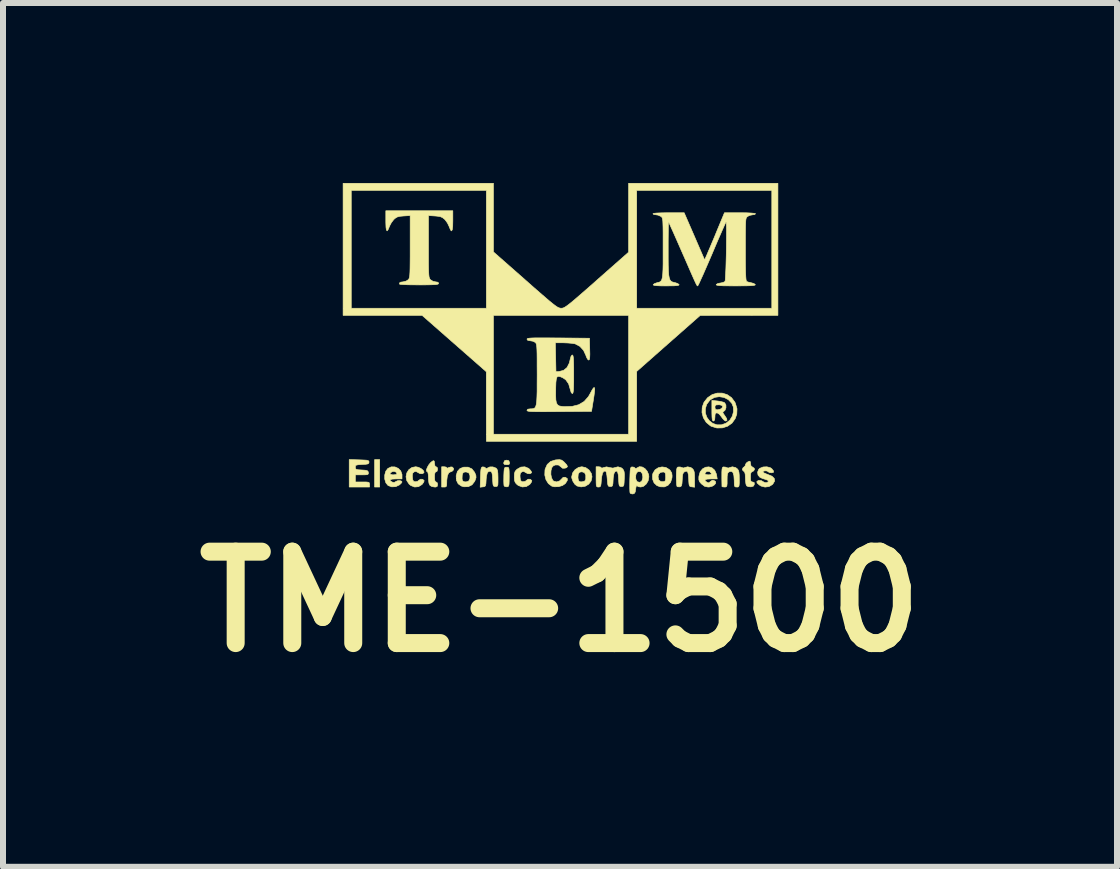
<source format=kicad_pcb>
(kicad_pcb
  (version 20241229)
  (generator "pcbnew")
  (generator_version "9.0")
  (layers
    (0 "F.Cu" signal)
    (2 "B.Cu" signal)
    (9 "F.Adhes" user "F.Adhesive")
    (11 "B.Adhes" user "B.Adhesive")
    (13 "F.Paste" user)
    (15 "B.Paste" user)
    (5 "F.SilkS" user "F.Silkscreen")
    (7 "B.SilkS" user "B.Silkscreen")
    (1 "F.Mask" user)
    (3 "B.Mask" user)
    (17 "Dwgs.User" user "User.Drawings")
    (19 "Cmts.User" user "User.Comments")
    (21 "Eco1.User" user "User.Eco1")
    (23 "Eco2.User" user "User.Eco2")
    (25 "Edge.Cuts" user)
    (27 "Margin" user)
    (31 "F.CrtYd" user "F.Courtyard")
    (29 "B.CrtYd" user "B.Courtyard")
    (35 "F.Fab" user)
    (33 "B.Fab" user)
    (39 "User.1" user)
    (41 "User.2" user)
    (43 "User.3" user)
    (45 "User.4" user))
  (footprint "TME-1500"
    (layer "F.Cu")
    (at 6.31 2.63)
    (property "Reference" "TME-1500" (at -0.025 4.35 0) (layer "F.SilkS") (effects (font (size 1.524 1.524) (thickness 0.3))))
    (attr through_hole)
    (fp_poly (pts (xy -3.031 2.438) (xy -3.116 2.438) (xy -3.116 1.981) (xy -3.031 1.981) (xy -3.031 2.438)) (stroke (width 0.01) (type solid)) (fill yes) (layer "F.SilkS"))
    (fp_poly (pts (xy -0.88 1.999) (xy -0.867 2.028) (xy -0.868 2.054) (xy -0.888 2.065) (xy -0.914 2.066) (xy -0.951 2.062) (xy -0.963 2.047) (xy -0.962 2.028) (xy -0.948 1.998) (xy -0.914 1.99) (xy -0.88 1.999)) (stroke (width 0.01) (type solid)) (fill yes) (layer "F.SilkS"))
    (fp_poly (pts (xy -1.924 2.106) (xy -1.913 2.117) (xy -1.902 2.124) (xy -1.882 2.114) (xy -1.844 2.103) (xy -1.821 2.105) (xy -1.8 2.127) (xy -1.802 2.154) (xy -1.826 2.177) (xy -1.843 2.181) (xy -1.88 2.202) (xy -1.903 2.251) (xy -1.913 2.33) (xy -1.913 2.355) (xy -1.915 2.405) (xy -1.922 2.429) (xy -1.939 2.438) (xy -1.956 2.438) (xy -1.998 2.438) (xy -1.998 2.1) (xy -1.956 2.1) (xy -1.924 2.106)) (stroke (width 0.01) (type solid)) (fill yes) (layer "F.SilkS"))
    (fp_poly (pts (xy -0.895 2.109) (xy -0.882 2.117) (xy -0.876 2.137) (xy -0.873 2.177) (xy -0.872 2.242) (xy -0.872 2.269) (xy -0.873 2.344) (xy -0.875 2.391) (xy -0.881 2.418) (xy -0.891 2.43) (xy -0.908 2.435) (xy -0.91 2.435) (xy -0.944 2.43) (xy -0.958 2.417) (xy -0.961 2.39) (xy -0.963 2.339) (xy -0.962 2.273) (xy -0.962 2.251) (xy -0.959 2.181) (xy -0.955 2.139) (xy -0.947 2.117) (xy -0.934 2.109) (xy -0.914 2.108) (xy -0.895 2.109)) (stroke (width 0.01) (type solid)) (fill yes) (layer "F.SilkS"))
    (fp_poly (pts (xy -2.12 2.013) (xy -2.117 2.048) (xy -2.117 2.049) (xy -2.109 2.089) (xy -2.091 2.1) (xy -2.071 2.114) (xy -2.066 2.142) (xy -2.075 2.176) (xy -2.091 2.184) (xy -2.107 2.193) (xy -2.115 2.225) (xy -2.117 2.269) (xy -2.114 2.322) (xy -2.105 2.348) (xy -2.091 2.354) (xy -2.071 2.368) (xy -2.066 2.396) (xy -2.072 2.427) (xy -2.095 2.438) (xy -2.115 2.438) (xy -2.161 2.43) (xy -2.192 2.412) (xy -2.21 2.375) (xy -2.218 2.31) (xy -2.218 2.285) (xy -2.221 2.231) (xy -2.228 2.195) (xy -2.235 2.184) (xy -2.252 2.173) (xy -2.25 2.144) (xy -2.234 2.105) (xy -2.209 2.063) (xy -2.178 2.027) (xy -2.147 2.004) (xy -2.129 1.999) (xy -2.12 2.013)) (stroke (width 0.01) (type solid)) (fill yes) (layer "F.SilkS"))
    (fp_poly (pts (xy 0.404 2.115) (xy 0.459 2.155) (xy 0.497 2.212) (xy 0.508 2.267) (xy 0.493 2.337) (xy 0.453 2.39) (xy 0.395 2.425) (xy 0.326 2.436) (xy 0.259 2.421) (xy 0.222 2.392) (xy 0.19 2.343) (xy 0.171 2.289) (xy 0.17 2.277) (xy 0.274 2.277) (xy 0.278 2.312) (xy 0.291 2.342) (xy 0.317 2.352) (xy 0.343 2.351) (xy 0.384 2.341) (xy 0.401 2.316) (xy 0.404 2.305) (xy 0.404 2.239) (xy 0.383 2.199) (xy 0.341 2.184) (xy 0.339 2.184) (xy 0.3 2.191) (xy 0.281 2.218) (xy 0.278 2.227) (xy 0.274 2.277) (xy 0.17 2.277) (xy 0.169 2.269) (xy 0.185 2.203) (xy 0.226 2.148) (xy 0.284 2.111) (xy 0.339 2.1) (xy 0.404 2.115)) (stroke (width 0.01) (type solid)) (fill yes) (layer "F.SilkS"))
    (fp_poly (pts (xy 1.74 2.112) (xy 1.797 2.147) (xy 1.813 2.164) (xy 1.837 2.204) (xy 1.843 2.25) (xy 1.841 2.285) (xy 1.818 2.359) (xy 1.774 2.41) (xy 1.714 2.436) (xy 1.643 2.434) (xy 1.589 2.413) (xy 1.543 2.37) (xy 1.518 2.308) (xy 1.518 2.268) (xy 1.609 2.268) (xy 1.621 2.32) (xy 1.654 2.347) (xy 1.693 2.35) (xy 1.72 2.344) (xy 1.732 2.325) (xy 1.736 2.286) (xy 1.736 2.269) (xy 1.733 2.221) (xy 1.724 2.197) (xy 1.702 2.188) (xy 1.697 2.187) (xy 1.647 2.194) (xy 1.617 2.227) (xy 1.609 2.268) (xy 1.518 2.268) (xy 1.517 2.238) (xy 1.524 2.209) (xy 1.559 2.152) (xy 1.612 2.117) (xy 1.675 2.103) (xy 1.74 2.112)) (stroke (width 0.01) (type solid)) (fill yes) (layer "F.SilkS"))
    (fp_poly (pts (xy -2.386 2.109) (xy -2.342 2.13) (xy -2.307 2.159) (xy -2.292 2.188) (xy -2.295 2.201) (xy -2.321 2.217) (xy -2.36 2.214) (xy -2.396 2.195) (xy -2.398 2.193) (xy -2.428 2.177) (xy -2.457 2.186) (xy -2.479 2.205) (xy -2.487 2.239) (xy -2.486 2.274) (xy -2.479 2.321) (xy -2.465 2.343) (xy -2.441 2.351) (xy -2.4 2.344) (xy -2.381 2.328) (xy -2.351 2.308) (xy -2.316 2.309) (xy -2.292 2.329) (xy -2.29 2.332) (xy -2.297 2.357) (xy -2.321 2.39) (xy -2.326 2.396) (xy -2.384 2.432) (xy -2.448 2.438) (xy -2.512 2.413) (xy -2.541 2.389) (xy -2.58 2.33) (xy -2.592 2.266) (xy -2.579 2.203) (xy -2.545 2.149) (xy -2.493 2.112) (xy -2.43 2.1) (xy -2.386 2.109)) (stroke (width 0.01) (type solid)) (fill yes) (layer "F.SilkS"))
    (fp_poly (pts (xy -1.557 2.107) (xy -1.494 2.136) (xy -1.45 2.191) (xy -1.449 2.193) (xy -1.428 2.242) (xy -1.425 2.28) (xy -1.439 2.323) (xy -1.449 2.345) (xy -1.492 2.401) (xy -1.554 2.432) (xy -1.626 2.434) (xy -1.671 2.421) (xy -1.723 2.384) (xy -1.752 2.325) (xy -1.754 2.296) (xy -1.658 2.296) (xy -1.653 2.329) (xy -1.653 2.33) (xy -1.63 2.349) (xy -1.592 2.353) (xy -1.555 2.342) (xy -1.544 2.333) (xy -1.527 2.297) (xy -1.526 2.249) (xy -1.542 2.209) (xy -1.548 2.202) (xy -1.584 2.188) (xy -1.612 2.187) (xy -1.641 2.2) (xy -1.654 2.232) (xy -1.656 2.25) (xy -1.658 2.296) (xy -1.754 2.296) (xy -1.756 2.252) (xy -1.756 2.25) (xy -1.735 2.177) (xy -1.692 2.13) (xy -1.631 2.107) (xy -1.557 2.107)) (stroke (width 0.01) (type solid)) (fill yes) (layer "F.SilkS"))
    (fp_poly (pts (xy 3.148 2.019) (xy 3.15 2.047) (xy 3.159 2.088) (xy 3.183 2.105) (xy 3.211 2.124) (xy 3.217 2.142) (xy 3.203 2.169) (xy 3.183 2.179) (xy 3.163 2.191) (xy 3.152 2.217) (xy 3.15 2.267) (xy 3.15 2.271) (xy 3.151 2.321) (xy 3.159 2.346) (xy 3.177 2.353) (xy 3.185 2.354) (xy 3.211 2.362) (xy 3.214 2.391) (xy 3.214 2.392) (xy 3.2 2.422) (xy 3.163 2.434) (xy 3.158 2.435) (xy 3.115 2.432) (xy 3.086 2.419) (xy 3.074 2.39) (xy 3.067 2.337) (xy 3.065 2.293) (xy 3.062 2.229) (xy 3.054 2.193) (xy 3.04 2.178) (xy 3.017 2.155) (xy 3.014 2.142) (xy 3.028 2.113) (xy 3.04 2.106) (xy 3.062 2.083) (xy 3.065 2.067) (xy 3.079 2.039) (xy 3.107 2.018) (xy 3.137 2.007) (xy 3.148 2.019)) (stroke (width 0.01) (type solid)) (fill yes) (layer "F.SilkS"))
    (fp_poly (pts (xy -3.374 1.985) (xy -3.298 1.988) (xy -3.25 1.991) (xy -3.223 1.998) (xy -3.211 2.008) (xy -3.209 2.024) (xy -3.213 2.042) (xy -3.229 2.053) (xy -3.264 2.059) (xy -3.323 2.062) (xy -3.384 2.066) (xy -3.418 2.072) (xy -3.433 2.083) (xy -3.437 2.102) (xy -3.437 2.108) (xy -3.435 2.131) (xy -3.422 2.143) (xy -3.391 2.15) (xy -3.335 2.154) (xy -3.332 2.154) (xy -3.273 2.158) (xy -3.24 2.165) (xy -3.225 2.178) (xy -3.22 2.197) (xy -3.22 2.217) (xy -3.23 2.229) (xy -3.258 2.234) (xy -3.311 2.235) (xy -3.326 2.235) (xy -3.437 2.235) (xy -3.437 2.354) (xy -3.319 2.354) (xy -3.257 2.354) (xy -3.222 2.358) (xy -3.205 2.367) (xy -3.201 2.385) (xy -3.2 2.396) (xy -3.2 2.438) (xy -3.539 2.438) (xy -3.539 1.98) (xy -3.374 1.985)) (stroke (width 0.01) (type solid)) (fill yes) (layer "F.SilkS"))
    (fp_poly (pts (xy -0.551 2.126) (xy -0.532 2.142) (xy -0.506 2.175) (xy -0.499 2.199) (xy -0.5 2.201) (xy -0.526 2.217) (xy -0.565 2.214) (xy -0.601 2.195) (xy -0.604 2.193) (xy -0.633 2.177) (xy -0.662 2.186) (xy -0.684 2.205) (xy -0.692 2.239) (xy -0.691 2.274) (xy -0.685 2.321) (xy -0.67 2.343) (xy -0.646 2.351) (xy -0.605 2.344) (xy -0.586 2.328) (xy -0.556 2.308) (xy -0.521 2.309) (xy -0.497 2.329) (xy -0.495 2.332) (xy -0.502 2.357) (xy -0.526 2.39) (xy -0.531 2.396) (xy -0.589 2.431) (xy -0.654 2.437) (xy -0.719 2.413) (xy -0.74 2.398) (xy -0.769 2.367) (xy -0.783 2.333) (xy -0.787 2.281) (xy -0.787 2.269) (xy -0.785 2.213) (xy -0.773 2.176) (xy -0.746 2.146) (xy -0.74 2.141) (xy -0.678 2.106) (xy -0.612 2.101) (xy -0.551 2.126)) (stroke (width 0.01) (type solid)) (fill yes) (layer "F.SilkS"))
    (fp_poly (pts (xy 0.003 1.99) (xy 0.035 2.014) (xy 0.05 2.029) (xy 0.088 2.071) (xy 0.099 2.098) (xy 0.083 2.116) (xy 0.057 2.124) (xy 0.017 2.125) (xy -0.011 2.101) (xy -0.051 2.071) (xy -0.102 2.07) (xy -0.135 2.083) (xy -0.162 2.114) (xy -0.176 2.166) (xy -0.178 2.227) (xy -0.167 2.284) (xy -0.144 2.329) (xy -0.13 2.34) (xy -0.082 2.353) (xy -0.033 2.337) (xy -0.004 2.309) (xy 0.026 2.278) (xy 0.057 2.275) (xy 0.065 2.277) (xy 0.096 2.297) (xy 0.096 2.329) (xy 0.067 2.375) (xy 0.063 2.38) (xy 0.016 2.413) (xy -0.05 2.432) (xy -0.118 2.434) (xy -0.163 2.423) (xy -0.219 2.381) (xy -0.259 2.317) (xy -0.279 2.239) (xy -0.276 2.156) (xy -0.272 2.137) (xy -0.238 2.062) (xy -0.182 2.012) (xy -0.103 1.987) (xy -0.086 1.985) (xy -0.032 1.982) (xy 0.003 1.99)) (stroke (width 0.01) (type solid)) (fill yes) (layer "F.SilkS"))
    (fp_poly (pts (xy 2.157 2.114) (xy 2.184 2.134) (xy 2.202 2.157) (xy 2.212 2.189) (xy 2.217 2.238) (xy 2.218 2.304) (xy 2.218 2.441) (xy 2.172 2.435) (xy 2.147 2.431) (xy 2.133 2.419) (xy 2.125 2.392) (xy 2.121 2.343) (xy 2.12 2.311) (xy 2.115 2.237) (xy 2.105 2.193) (xy 2.089 2.174) (xy 2.065 2.177) (xy 2.052 2.183) (xy 2.032 2.199) (xy 2.02 2.227) (xy 2.014 2.275) (xy 2.012 2.316) (xy 2.008 2.377) (xy 2.001 2.413) (xy 1.989 2.429) (xy 1.972 2.435) (xy 1.938 2.434) (xy 1.925 2.428) (xy 1.92 2.407) (xy 1.916 2.36) (xy 1.914 2.296) (xy 1.913 2.266) (xy 1.915 2.191) (xy 1.919 2.144) (xy 1.926 2.118) (xy 1.94 2.106) (xy 1.941 2.105) (xy 1.978 2.104) (xy 1.998 2.112) (xy 2.035 2.121) (xy 2.05 2.115) (xy 2.103 2.101) (xy 2.157 2.114)) (stroke (width 0.01) (type solid)) (fill yes) (layer "F.SilkS"))
    (fp_poly (pts (xy -2.777 2.103) (xy -2.722 2.127) (xy -2.68 2.17) (xy -2.659 2.229) (xy -2.659 2.243) (xy -2.659 2.303) (xy -2.76 2.303) (xy -2.824 2.306) (xy -2.856 2.317) (xy -2.856 2.334) (xy -2.826 2.354) (xy -2.792 2.364) (xy -2.762 2.347) (xy -2.732 2.333) (xy -2.695 2.331) (xy -2.666 2.341) (xy -2.659 2.354) (xy -2.671 2.373) (xy -2.7 2.401) (xy -2.703 2.403) (xy -2.764 2.432) (xy -2.831 2.435) (xy -2.891 2.413) (xy -2.892 2.412) (xy -2.928 2.368) (xy -2.947 2.306) (xy -2.947 2.237) (xy -2.938 2.207) (xy -2.857 2.207) (xy -2.855 2.225) (xy -2.822 2.234) (xy -2.802 2.235) (xy -2.763 2.231) (xy -2.744 2.222) (xy -2.743 2.22) (xy -2.757 2.191) (xy -2.79 2.177) (xy -2.827 2.184) (xy -2.857 2.207) (xy -2.938 2.207) (xy -2.929 2.174) (xy -2.895 2.129) (xy -2.838 2.102) (xy -2.777 2.103)) (stroke (width 0.01) (type solid)) (fill yes) (layer "F.SilkS"))
    (fp_poly (pts (xy -1.281 2.108) (xy -1.269 2.119) (xy -1.252 2.133) (xy -1.233 2.121) (xy -1.195 2.103) (xy -1.144 2.103) (xy -1.096 2.121) (xy -1.092 2.123) (xy -1.076 2.14) (xy -1.066 2.168) (xy -1.061 2.213) (xy -1.059 2.283) (xy -1.059 2.288) (xy -1.059 2.357) (xy -1.061 2.399) (xy -1.068 2.421) (xy -1.081 2.429) (xy -1.101 2.43) (xy -1.123 2.428) (xy -1.136 2.417) (xy -1.143 2.391) (xy -1.147 2.341) (xy -1.148 2.309) (xy -1.153 2.24) (xy -1.161 2.199) (xy -1.175 2.18) (xy -1.18 2.177) (xy -1.214 2.176) (xy -1.237 2.202) (xy -1.252 2.259) (xy -1.257 2.317) (xy -1.26 2.377) (xy -1.266 2.412) (xy -1.278 2.428) (xy -1.299 2.434) (xy -1.309 2.435) (xy -1.356 2.441) (xy -1.351 2.275) (xy -1.348 2.198) (xy -1.344 2.148) (xy -1.337 2.12) (xy -1.326 2.107) (xy -1.314 2.102) (xy -1.281 2.108)) (stroke (width 0.01) (type solid)) (fill yes) (layer "F.SilkS"))
    (fp_poly (pts (xy 2.509 2.119) (xy 2.553 2.158) (xy 2.581 2.221) (xy 2.585 2.239) (xy 2.595 2.303) (xy 2.49 2.303) (xy 2.426 2.306) (xy 2.394 2.317) (xy 2.395 2.336) (xy 2.428 2.361) (xy 2.456 2.369) (xy 2.48 2.348) (xy 2.513 2.325) (xy 2.539 2.328) (xy 2.568 2.347) (xy 2.57 2.373) (xy 2.551 2.4) (xy 2.514 2.424) (xy 2.465 2.437) (xy 2.442 2.438) (xy 2.387 2.427) (xy 2.335 2.388) (xy 2.333 2.387) (xy 2.302 2.351) (xy 2.289 2.318) (xy 2.289 2.272) (xy 2.291 2.256) (xy 2.303 2.213) (xy 2.389 2.213) (xy 2.4 2.229) (xy 2.442 2.235) (xy 2.446 2.235) (xy 2.486 2.232) (xy 2.498 2.219) (xy 2.496 2.211) (xy 2.47 2.182) (xy 2.433 2.176) (xy 2.411 2.186) (xy 2.389 2.213) (xy 2.303 2.213) (xy 2.311 2.185) (xy 2.35 2.136) (xy 2.401 2.108) (xy 2.456 2.102) (xy 2.509 2.119)) (stroke (width 0.01) (type solid)) (fill yes) (layer "F.SilkS"))
    (fp_poly (pts (xy 2.679 0.873) (xy 2.761 0.898) (xy 2.833 0.948) (xy 2.889 1.023) (xy 2.897 1.04) (xy 2.925 1.134) (xy 2.921 1.224) (xy 2.894 1.299) (xy 2.841 1.373) (xy 2.767 1.425) (xy 2.681 1.452) (xy 2.59 1.454) (xy 2.5 1.427) (xy 2.482 1.418) (xy 2.412 1.36) (xy 2.364 1.283) (xy 2.341 1.195) (xy 2.344 1.133) (xy 2.397 1.133) (xy 2.398 1.206) (xy 2.422 1.275) (xy 2.464 1.333) (xy 2.521 1.377) (xy 2.589 1.401) (xy 2.666 1.401) (xy 2.743 1.374) (xy 2.805 1.324) (xy 2.847 1.256) (xy 2.867 1.179) (xy 2.863 1.102) (xy 2.838 1.042) (xy 2.781 0.982) (xy 2.709 0.945) (xy 2.629 0.932) (xy 2.55 0.944) (xy 2.481 0.983) (xy 2.472 0.991) (xy 2.42 1.059) (xy 2.397 1.133) (xy 2.344 1.133) (xy 2.346 1.104) (xy 2.375 1.025) (xy 2.435 0.949) (xy 2.51 0.898) (xy 2.593 0.873) (xy 2.679 0.873)) (stroke (width 0.01) (type solid)) (fill yes) (layer "F.SilkS"))
    (fp_poly (pts (xy 2.902 2.114) (xy 2.929 2.134) (xy 2.947 2.157) (xy 2.957 2.189) (xy 2.962 2.238) (xy 2.963 2.303) (xy 2.963 2.37) (xy 2.96 2.41) (xy 2.953 2.431) (xy 2.939 2.438) (xy 2.921 2.438) (xy 2.898 2.436) (xy 2.885 2.425) (xy 2.88 2.397) (xy 2.879 2.344) (xy 2.879 2.332) (xy 2.873 2.248) (xy 2.857 2.195) (xy 2.83 2.175) (xy 2.797 2.183) (xy 2.777 2.197) (xy 2.766 2.22) (xy 2.761 2.26) (xy 2.76 2.32) (xy 2.76 2.382) (xy 2.756 2.417) (xy 2.746 2.434) (xy 2.729 2.438) (xy 2.718 2.438) (xy 2.685 2.435) (xy 2.674 2.43) (xy 2.674 2.41) (xy 2.673 2.365) (xy 2.672 2.302) (xy 2.672 2.265) (xy 2.672 2.19) (xy 2.675 2.142) (xy 2.681 2.116) (xy 2.693 2.105) (xy 2.699 2.103) (xy 2.736 2.107) (xy 2.749 2.114) (xy 2.781 2.122) (xy 2.795 2.116) (xy 2.848 2.101) (xy 2.902 2.114)) (stroke (width 0.01) (type solid)) (fill yes) (layer "F.SilkS"))
    (fp_poly (pts (xy 3.48 2.116) (xy 3.505 2.134) (xy 3.534 2.171) (xy 3.533 2.193) (xy 3.501 2.201) (xy 3.498 2.201) (xy 3.462 2.195) (xy 3.446 2.184) (xy 3.425 2.171) (xy 3.394 2.168) (xy 3.366 2.173) (xy 3.356 2.186) (xy 3.356 2.187) (xy 3.375 2.203) (xy 3.416 2.221) (xy 3.438 2.229) (xy 3.508 2.258) (xy 3.546 2.295) (xy 3.552 2.338) (xy 3.524 2.386) (xy 3.514 2.397) (xy 3.459 2.43) (xy 3.392 2.439) (xy 3.326 2.422) (xy 3.296 2.403) (xy 3.26 2.37) (xy 3.255 2.347) (xy 3.279 2.33) (xy 3.286 2.328) (xy 3.33 2.331) (xy 3.353 2.345) (xy 3.39 2.365) (xy 3.427 2.364) (xy 3.449 2.343) (xy 3.45 2.343) (xy 3.44 2.326) (xy 3.406 2.313) (xy 3.4 2.311) (xy 3.348 2.295) (xy 3.306 2.275) (xy 3.275 2.238) (xy 3.268 2.191) (xy 3.286 2.145) (xy 3.306 2.126) (xy 3.36 2.104) (xy 3.423 2.101) (xy 3.48 2.116)) (stroke (width 0.01) (type solid)) (fill yes) (layer "F.SilkS"))
    (fp_poly (pts (xy 2.6 1.004) (xy 2.657 1.013) (xy 2.702 1.025) (xy 2.719 1.034) (xy 2.74 1.07) (xy 2.741 1.117) (xy 2.725 1.158) (xy 2.711 1.171) (xy 2.691 1.186) (xy 2.69 1.202) (xy 2.708 1.23) (xy 2.719 1.245) (xy 2.752 1.296) (xy 2.758 1.327) (xy 2.736 1.338) (xy 2.735 1.338) (xy 2.712 1.324) (xy 2.681 1.291) (xy 2.667 1.27) (xy 2.63 1.224) (xy 2.596 1.203) (xy 2.591 1.202) (xy 2.569 1.208) (xy 2.559 1.231) (xy 2.557 1.27) (xy 2.553 1.317) (xy 2.539 1.337) (xy 2.532 1.338) (xy 2.52 1.332) (xy 2.512 1.312) (xy 2.508 1.271) (xy 2.506 1.205) (xy 2.506 1.166) (xy 2.506 1.109) (xy 2.557 1.109) (xy 2.564 1.142) (xy 2.592 1.151) (xy 2.596 1.151) (xy 2.642 1.142) (xy 2.666 1.129) (xy 2.687 1.102) (xy 2.678 1.081) (xy 2.641 1.068) (xy 2.615 1.067) (xy 2.576 1.07) (xy 2.56 1.085) (xy 2.557 1.109) (xy 2.506 1.109) (xy 2.506 0.994) (xy 2.6 1.004)) (stroke (width 0.01) (type solid)) (fill yes) (layer "F.SilkS"))
    (fp_poly (pts (xy 1.345 2.104) (xy 1.391 2.131) (xy 1.428 2.175) (xy 1.452 2.231) (xy 1.456 2.269) (xy 1.444 2.334) (xy 1.411 2.389) (xy 1.365 2.427) (xy 1.32 2.438) (xy 1.28 2.432) (xy 1.258 2.417) (xy 1.248 2.418) (xy 1.239 2.449) (xy 1.236 2.472) (xy 1.228 2.521) (xy 1.213 2.545) (xy 1.189 2.554) (xy 1.156 2.549) (xy 1.142 2.536) (xy 1.139 2.511) (xy 1.137 2.459) (xy 1.137 2.389) (xy 1.138 2.311) (xy 1.14 2.26) (xy 1.235 2.26) (xy 1.239 2.308) (xy 1.257 2.344) (xy 1.265 2.351) (xy 1.306 2.36) (xy 1.337 2.34) (xy 1.353 2.294) (xy 1.355 2.269) (xy 1.345 2.214) (xy 1.32 2.183) (xy 1.282 2.18) (xy 1.266 2.186) (xy 1.244 2.215) (xy 1.235 2.26) (xy 1.14 2.26) (xy 1.141 2.224) (xy 1.144 2.167) (xy 1.149 2.131) (xy 1.157 2.112) (xy 1.169 2.104) (xy 1.175 2.103) (xy 1.208 2.108) (xy 1.221 2.119) (xy 1.237 2.133) (xy 1.256 2.121) (xy 1.298 2.099) (xy 1.345 2.104)) (stroke (width 0.01) (type solid)) (fill yes) (layer "F.SilkS"))
    (fp_poly (pts (xy -1.135 -1.481) (xy -0.602 -1.012) (xy -0.471 -0.896) (xy -0.362 -0.801) (xy -0.274 -0.725) (xy -0.204 -0.665) (xy -0.149 -0.62) (xy -0.106 -0.587) (xy -0.074 -0.565) (xy -0.049 -0.552) (xy -0.029 -0.545) (xy -0.012 -0.542) (xy -0.005 -0.542) (xy 0.012 -0.543) (xy 0.031 -0.548) (xy 0.054 -0.559) (xy 0.083 -0.578) (xy 0.121 -0.606) (xy 0.171 -0.646) (xy 0.235 -0.7) (xy 0.316 -0.77) (xy 0.416 -0.857) (xy 0.538 -0.964) (xy 0.588 -1.009) (xy 1.118 -1.476) (xy 1.118 -2.506) (xy 1.253 -2.506) (xy 1.253 -0.542) (xy 3.505 -0.542) (xy 3.505 -2.506) (xy 1.253 -2.506) (xy 1.118 -2.506) (xy 1.118 -2.625) (xy 3.607 -2.625) (xy 3.607 -0.423) (xy 2.311 -0.422) (xy 1.782 0.044) (xy 1.253 0.511) (xy 1.253 1.676) (xy -1.253 1.676) (xy -1.254 1.096) (xy -1.254 0.516) (xy -2.324 -0.423) (xy -1.135 -0.423) (xy -1.135 1.558) (xy 1.118 1.558) (xy 1.118 -0.423) (xy -1.135 -0.423) (xy -2.324 -0.423) (xy -3.641 -0.423) (xy -3.641 -2.506) (xy -3.505 -2.506) (xy -3.505 -0.542) (xy -1.253 -0.542) (xy -1.253 -2.506) (xy -3.505 -2.506) (xy -3.641 -2.506) (xy -3.641 -2.625) (xy -1.135 -2.625) (xy -1.135 -1.481)) (stroke (width 0.01) (type solid)) (fill yes) (layer "F.SilkS"))
    (fp_poly (pts (xy 0.65 2.105) (xy 0.66 2.116) (xy 0.673 2.123) (xy 0.704 2.113) (xy 0.75 2.102) (xy 0.799 2.113) (xy 0.856 2.123) (xy 0.882 2.116) (xy 0.941 2.101) (xy 0.996 2.118) (xy 1.017 2.134) (xy 1.034 2.157) (xy 1.044 2.186) (xy 1.048 2.23) (xy 1.046 2.299) (xy 1.046 2.299) (xy 1.043 2.365) (xy 1.039 2.404) (xy 1.03 2.423) (xy 1.014 2.429) (xy 0.999 2.43) (xy 0.977 2.428) (xy 0.964 2.417) (xy 0.957 2.39) (xy 0.953 2.34) (xy 0.952 2.311) (xy 0.946 2.234) (xy 0.935 2.189) (xy 0.918 2.171) (xy 0.894 2.18) (xy 0.89 2.183) (xy 0.873 2.217) (xy 0.862 2.283) (xy 0.86 2.317) (xy 0.857 2.377) (xy 0.851 2.411) (xy 0.84 2.426) (xy 0.82 2.43) (xy 0.813 2.43) (xy 0.791 2.428) (xy 0.778 2.417) (xy 0.77 2.391) (xy 0.765 2.342) (xy 0.762 2.304) (xy 0.756 2.243) (xy 0.747 2.197) (xy 0.738 2.174) (xy 0.737 2.173) (xy 0.706 2.175) (xy 0.684 2.205) (xy 0.67 2.265) (xy 0.664 2.318) (xy 0.659 2.381) (xy 0.653 2.417) (xy 0.642 2.433) (xy 0.624 2.438) (xy 0.616 2.438) (xy 0.598 2.437) (xy 0.586 2.429) (xy 0.579 2.408) (xy 0.577 2.368) (xy 0.576 2.303) (xy 0.576 2.269) (xy 0.576 2.1) (xy 0.618 2.1) (xy 0.65 2.105)) (stroke (width 0.01) (type solid)) (fill yes) (layer "F.SilkS"))
    (fp_poly (pts (xy -1.812 -1.997) (xy -1.814 -1.908) (xy -1.821 -1.853) (xy -1.832 -1.831) (xy -1.848 -1.843) (xy -1.868 -1.889) (xy -1.875 -1.908) (xy -1.903 -1.965) (xy -1.942 -2.018) (xy -1.948 -2.024) (xy -1.983 -2.052) (xy -2.021 -2.069) (xy -2.075 -2.077) (xy -2.108 -2.08) (xy -2.218 -2.087) (xy -2.218 -1.568) (xy -2.218 -1.422) (xy -2.218 -1.306) (xy -2.217 -1.216) (xy -2.215 -1.148) (xy -2.212 -1.1) (xy -2.208 -1.066) (xy -2.202 -1.044) (xy -2.195 -1.029) (xy -2.186 -1.018) (xy -2.184 -1.016) (xy -2.142 -0.991) (xy -2.1 -0.982) (xy -2.059 -0.975) (xy -2.049 -0.957) (xy -2.053 -0.948) (xy -2.069 -0.941) (xy -2.1 -0.936) (xy -2.15 -0.934) (xy -2.225 -0.932) (xy -2.328 -0.931) (xy -2.368 -0.931) (xy -2.468 -0.932) (xy -2.557 -0.933) (xy -2.629 -0.936) (xy -2.677 -0.939) (xy -2.697 -0.942) (xy -2.698 -0.942) (xy -2.703 -0.962) (xy -2.68 -0.977) (xy -2.641 -0.982) (xy -2.592 -0.994) (xy -2.557 -1.016) (xy -2.547 -1.027) (xy -2.54 -1.041) (xy -2.534 -1.062) (xy -2.53 -1.094) (xy -2.527 -1.14) (xy -2.525 -1.205) (xy -2.524 -1.291) (xy -2.523 -1.404) (xy -2.523 -1.545) (xy -2.523 -1.568) (xy -2.523 -2.087) (xy -2.634 -2.08) (xy -2.698 -2.074) (xy -2.741 -2.062) (xy -2.774 -2.041) (xy -2.796 -2.021) (xy -2.835 -1.971) (xy -2.866 -1.913) (xy -2.869 -1.904) (xy -2.891 -1.852) (xy -2.907 -1.832) (xy -2.919 -1.846) (xy -2.926 -1.892) (xy -2.929 -1.972) (xy -2.929 -1.997) (xy -2.929 -2.167) (xy -1.812 -2.167) (xy -1.812 -1.997)) (stroke (width 0.01) (type solid)) (fill yes) (layer "F.SilkS"))
    (fp_poly (pts (xy -0.244 -0.048) (xy -0.106 -0.047) (xy -0.055 -0.047) (xy 0.466 -0.042) (xy 0.47 0.14) (xy 0.472 0.223) (xy 0.47 0.277) (xy 0.466 0.308) (xy 0.457 0.32) (xy 0.452 0.322) (xy 0.433 0.306) (xy 0.413 0.266) (xy 0.406 0.244) (xy 0.367 0.16) (xy 0.307 0.094) (xy 0.23 0.053) (xy 0.224 0.051) (xy 0.175 0.043) (xy 0.107 0.037) (xy 0.034 0.034) (xy 0.029 0.034) (xy -0.103 0.034) (xy -0.098 0.275) (xy -0.093 0.516) (xy -0.042 0.513) (xy 0.035 0.493) (xy 0.092 0.446) (xy 0.13 0.371) (xy 0.145 0.307) (xy 0.158 0.26) (xy 0.176 0.238) (xy 0.18 0.237) (xy 0.188 0.243) (xy 0.194 0.263) (xy 0.199 0.301) (xy 0.201 0.361) (xy 0.203 0.447) (xy 0.203 0.559) (xy 0.203 0.674) (xy 0.201 0.759) (xy 0.199 0.818) (xy 0.194 0.856) (xy 0.188 0.875) (xy 0.18 0.881) (xy 0.162 0.865) (xy 0.148 0.822) (xy 0.145 0.81) (xy 0.118 0.717) (xy 0.069 0.649) (xy 0.021 0.617) (xy -0.023 0.598) (xy -0.054 0.593) (xy -0.075 0.604) (xy -0.087 0.638) (xy -0.094 0.696) (xy -0.097 0.784) (xy -0.097 0.805) (xy -0.098 0.909) (xy -0.095 0.985) (xy -0.085 1.036) (xy -0.066 1.069) (xy -0.036 1.087) (xy 0.008 1.095) (xy 0.043 1.098) (xy 0.176 1.094) (xy 0.287 1.066) (xy 0.377 1.012) (xy 0.448 0.932) (xy 0.482 0.872) (xy 0.508 0.823) (xy 0.53 0.789) (xy 0.543 0.779) (xy 0.55 0.785) (xy 0.553 0.807) (xy 0.55 0.848) (xy 0.542 0.913) (xy 0.528 1.004) (xy 0.519 1.058) (xy 0.5 1.177) (xy -0.038 1.181) (xy -0.189 1.182) (xy -0.309 1.183) (xy -0.402 1.182) (xy -0.471 1.181) (xy -0.519 1.179) (xy -0.55 1.175) (xy -0.568 1.17) (xy -0.575 1.164) (xy -0.576 1.16) (xy -0.563 1.141) (xy -0.521 1.135) (xy -0.519 1.135) (xy -0.489 1.134) (xy -0.464 1.13) (xy -0.445 1.119) (xy -0.431 1.097) (xy -0.421 1.062) (xy -0.414 1.01) (xy -0.41 0.937) (xy -0.407 0.841) (xy -0.407 0.717) (xy -0.406 0.564) (xy -0.407 0.419) (xy -0.407 0.304) (xy -0.408 0.215) (xy -0.41 0.149) (xy -0.413 0.102) (xy -0.417 0.069) (xy -0.423 0.048) (xy -0.431 0.035) (xy -0.437 0.028) (xy -0.476 0.008) (xy -0.522 0) (xy -0.563 -0.007) (xy -0.576 -0.026) (xy -0.572 -0.033) (xy -0.56 -0.039) (xy -0.535 -0.043) (xy -0.495 -0.046) (xy -0.435 -0.048) (xy -0.352 -0.048) (xy -0.244 -0.048)) (stroke (width 0.01) (type solid)) (fill yes) (layer "F.SilkS"))
    (fp_poly (pts (xy 2.215 -1.741) (xy 2.385 -1.348) (xy 2.426 -1.44) (xy 2.445 -1.486) (xy 2.475 -1.555) (xy 2.512 -1.643) (xy 2.553 -1.74) (xy 2.591 -1.833) (xy 2.716 -2.134) (xy 2.975 -2.134) (xy 3.08 -2.133) (xy 3.16 -2.129) (xy 3.212 -2.124) (xy 3.234 -2.118) (xy 3.234 -2.117) (xy 3.22 -2.104) (xy 3.187 -2.1) (xy 3.137 -2.09) (xy 3.103 -2.073) (xy 3.092 -2.065) (xy 3.084 -2.055) (xy 3.077 -2.039) (xy 3.072 -2.014) (xy 3.069 -1.975) (xy 3.067 -1.92) (xy 3.066 -1.844) (xy 3.065 -1.743) (xy 3.065 -1.615) (xy 3.065 -1.524) (xy 3.065 -1.367) (xy 3.066 -1.24) (xy 3.068 -1.143) (xy 3.071 -1.072) (xy 3.075 -1.024) (xy 3.081 -0.997) (xy 3.086 -0.988) (xy 3.116 -0.977) (xy 3.161 -0.967) (xy 3.165 -0.966) (xy 3.206 -0.954) (xy 3.229 -0.938) (xy 3.23 -0.936) (xy 3.225 -0.928) (xy 3.203 -0.922) (xy 3.159 -0.918) (xy 3.09 -0.916) (xy 2.994 -0.915) (xy 2.904 -0.914) (xy 2.785 -0.915) (xy 2.697 -0.916) (xy 2.635 -0.919) (xy 2.598 -0.924) (xy 2.58 -0.93) (xy 2.578 -0.936) (xy 2.598 -0.951) (xy 2.638 -0.961) (xy 2.646 -0.962) (xy 2.691 -0.971) (xy 2.722 -0.986) (xy 2.724 -0.988) (xy 2.729 -1.009) (xy 2.732 -1.058) (xy 2.736 -1.129) (xy 2.74 -1.218) (xy 2.743 -1.32) (xy 2.746 -1.429) (xy 2.748 -1.541) (xy 2.749 -1.651) (xy 2.75 -1.752) (xy 2.75 -1.841) (xy 2.749 -1.912) (xy 2.747 -1.96) (xy 2.744 -1.98) (xy 2.743 -1.981) (xy 2.735 -1.965) (xy 2.715 -1.923) (xy 2.685 -1.856) (xy 2.647 -1.769) (xy 2.601 -1.664) (xy 2.551 -1.547) (xy 2.509 -1.447) (xy 2.455 -1.322) (xy 2.405 -1.207) (xy 2.361 -1.106) (xy 2.323 -1.023) (xy 2.295 -0.961) (xy 2.276 -0.924) (xy 2.27 -0.914) (xy 2.266 -0.915) (xy 2.262 -0.917) (xy 2.256 -0.925) (xy 2.247 -0.94) (xy 2.234 -0.967) (xy 2.215 -1.008) (xy 2.189 -1.066) (xy 2.155 -1.143) (xy 2.111 -1.244) (xy 2.056 -1.37) (xy 2.003 -1.49) (xy 1.951 -1.609) (xy 1.903 -1.718) (xy 1.861 -1.813) (xy 1.826 -1.89) (xy 1.801 -1.946) (xy 1.787 -1.976) (xy 1.785 -1.98) (xy 1.783 -1.965) (xy 1.781 -1.922) (xy 1.78 -1.852) (xy 1.779 -1.762) (xy 1.778 -1.654) (xy 1.778 -1.534) (xy 1.778 -1.52) (xy 1.778 -1.373) (xy 1.779 -1.255) (xy 1.782 -1.164) (xy 1.787 -1.096) (xy 1.796 -1.048) (xy 1.808 -1.014) (xy 1.825 -0.993) (xy 1.848 -0.98) (xy 1.877 -0.972) (xy 1.896 -0.968) (xy 1.936 -0.954) (xy 1.959 -0.937) (xy 1.96 -0.935) (xy 1.954 -0.926) (xy 1.928 -0.92) (xy 1.877 -0.916) (xy 1.798 -0.915) (xy 1.744 -0.914) (xy 1.649 -0.915) (xy 1.584 -0.918) (xy 1.545 -0.923) (xy 1.529 -0.93) (xy 1.528 -0.935) (xy 1.548 -0.952) (xy 1.587 -0.966) (xy 1.592 -0.968) (xy 1.62 -0.974) (xy 1.642 -0.982) (xy 1.659 -0.997) (xy 1.672 -1.021) (xy 1.681 -1.058) (xy 1.687 -1.112) (xy 1.691 -1.186) (xy 1.693 -1.283) (xy 1.693 -1.408) (xy 1.693 -1.543) (xy 1.693 -1.687) (xy 1.693 -1.801) (xy 1.692 -1.888) (xy 1.69 -1.953) (xy 1.688 -1.998) (xy 1.683 -2.029) (xy 1.678 -2.049) (xy 1.67 -2.061) (xy 1.66 -2.07) (xy 1.656 -2.073) (xy 1.609 -2.094) (xy 1.571 -2.1) (xy 1.537 -2.105) (xy 1.524 -2.117) (xy 1.54 -2.124) (xy 1.588 -2.129) (xy 1.664 -2.132) (xy 1.765 -2.134) (xy 1.784 -2.134) (xy 2.044 -2.134) (xy 2.215 -1.741)) (stroke (width 0.01) (type solid)) (fill yes) (layer "F.SilkS")))
  (gr_rect
    (start -3 -3)
    (end 15.569 11.398)
    (stroke (width 0.1) (type default))
    (fill no)
    (layer "Edge.Cuts")))
</source>
